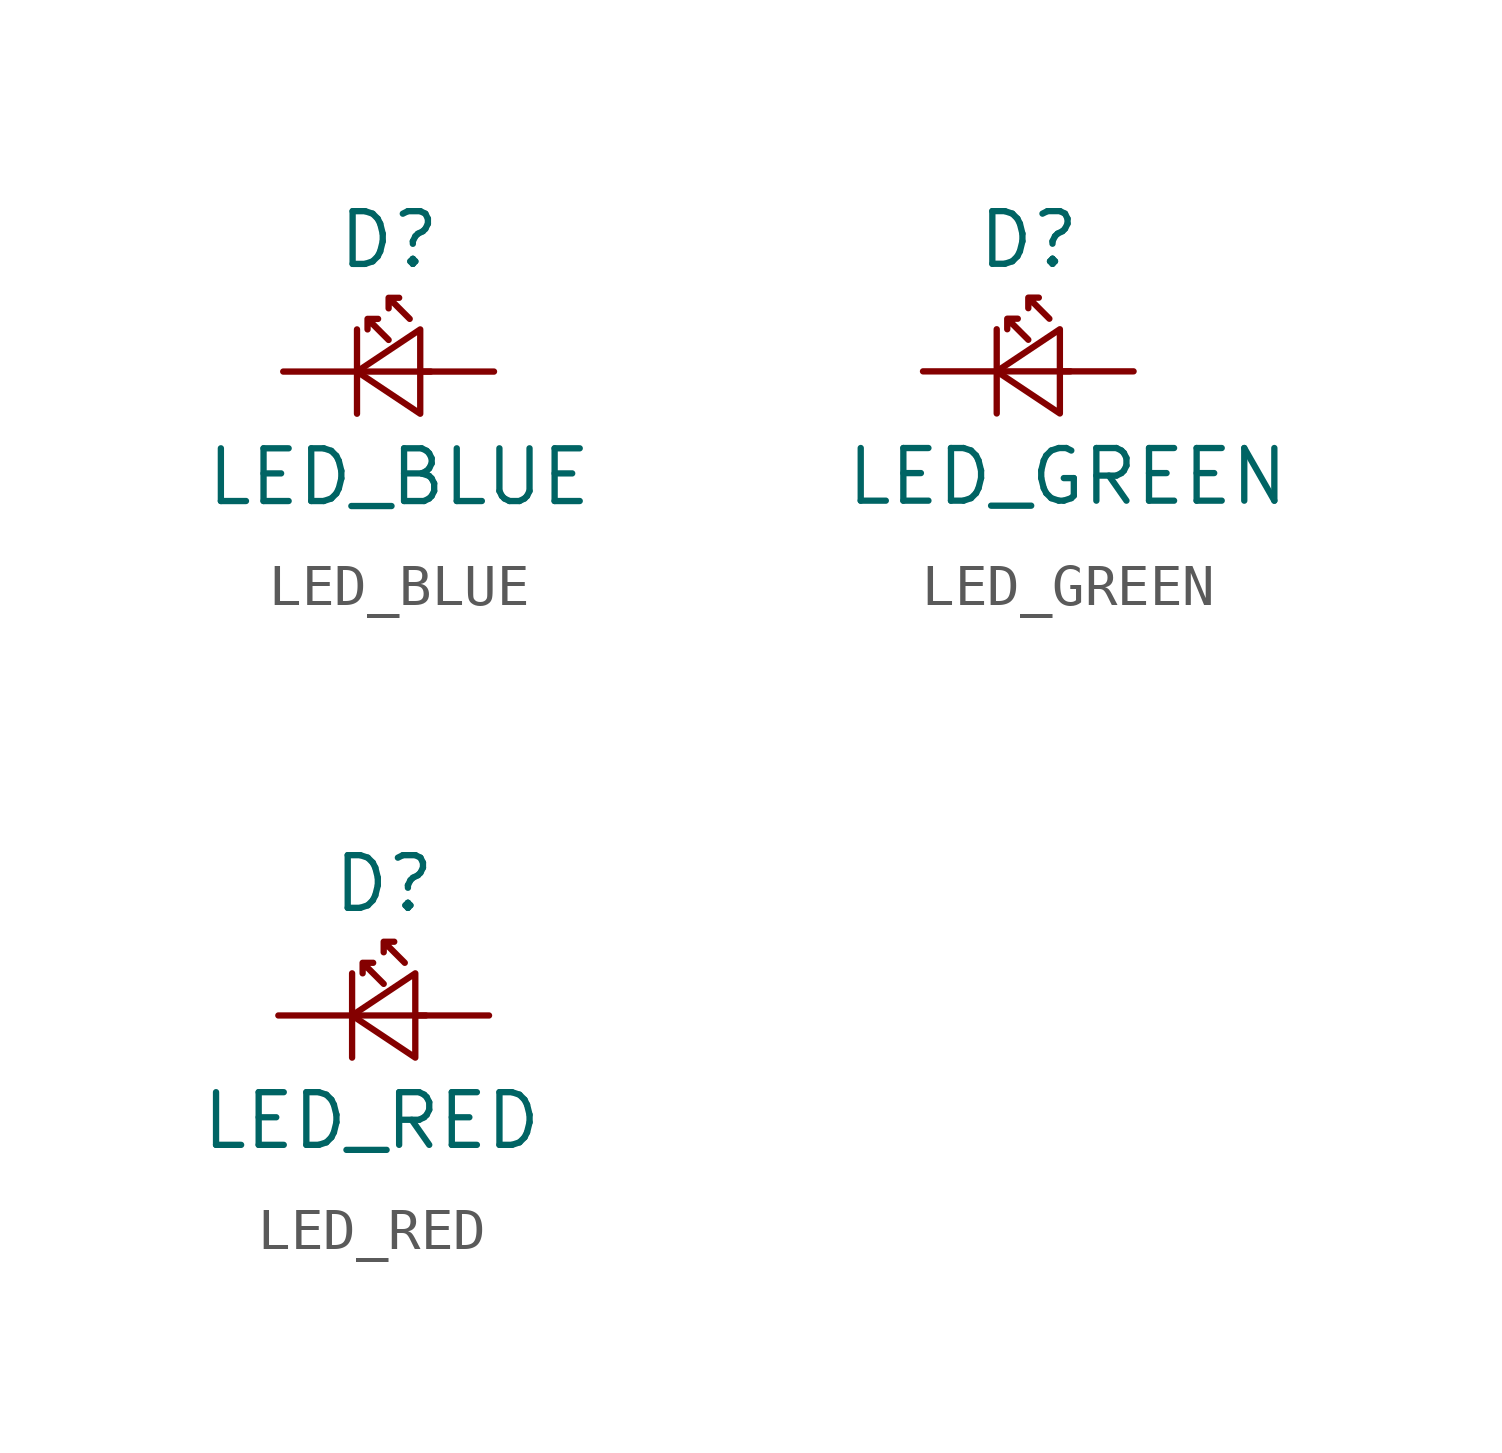
<source format=kicad_sym>
(kicad_symbol_lib
  (version 20211014)
  (generator kicad_symbol_editor)
  (symbol "LED_BLUE"
    (pin_numbers hide)
    (pin_names
      (offset 0.254) hide)
    (property "Reference" "D"
      (at -1.27 3.175 0)
      (effects (font (size 1.27 1.27)) (justify left)))
    (property "Value" "LED_BLUE"
      (at -4.445 -2.54 0)
      (effects (font (size 1.27 1.27)) (justify left)))
    (symbol "LED_BLUE_0_1"
      (polyline (pts (xy -0.762 -1.016) (xy -0.762 1.016)) (stroke (width 0) (type default) (color 0 0 0 0)) (fill (type none)))
      (polyline (pts (xy 1.016 0) (xy -0.762 0)) (stroke (width 0) (type default) (color 0 0 0 0)) (fill (type none)))
      (polyline (pts (xy 0.762 -1.016) (xy -0.762 0) (xy 0.762 1.016) (xy 0.762 -1.016)) (stroke (width 0) (type default) (color 0 0 0 0)) (fill (type none)))
      (polyline (pts (xy 0 0.762) (xy -0.508 1.27) (xy -0.254 1.27) (xy -0.508 1.27) (xy -0.508 1.016)) (stroke (width 0) (type default) (color 0 0 0 0)) (fill (type none)))
      (polyline (pts (xy 0.508 1.27) (xy 0 1.778) (xy 0.254 1.778) (xy 0 1.778) (xy 0 1.524)) (stroke (width 0) (type default) (color 0 0 0 0)) (fill (type none))))
    (symbol "LED_BLUE_1_1"
      (pin passive line (at -2.54 0 0) (length 1.778) (name "K" (effects (font (size 1.27 1.27)))) (number "1" (effects (font (size 1.27 1.27)))))
      (pin passive line (at 2.54 0 180) (length 1.778) (name "A" (effects (font (size 1.27 1.27)))) (number "2" (effects (font (size 1.27 1.27)))))))
  (symbol "LED_GREEN"
    (pin_numbers hide)
    (pin_names
      (offset 0.254) hide)
    (property "Reference" "D"
      (at -1.27 3.175 0)
      (effects (font (size 1.27 1.27)) (justify left)))
    (property "Value" "LED_GREEN"
      (at -4.445 -2.54 0)
      (effects (font (size 1.27 1.27)) (justify left)))
    (symbol "LED_GREEN_0_1"
      (polyline (pts (xy -0.762 -1.016) (xy -0.762 1.016)) (stroke (width 0) (type default) (color 0 0 0 0)) (fill (type none)))
      (polyline (pts (xy 1.016 0) (xy -0.762 0)) (stroke (width 0) (type default) (color 0 0 0 0)) (fill (type none)))
      (polyline (pts (xy 0.762 -1.016) (xy -0.762 0) (xy 0.762 1.016) (xy 0.762 -1.016)) (stroke (width 0) (type default) (color 0 0 0 0)) (fill (type none)))
      (polyline (pts (xy 0 0.762) (xy -0.508 1.27) (xy -0.254 1.27) (xy -0.508 1.27) (xy -0.508 1.016)) (stroke (width 0) (type default) (color 0 0 0 0)) (fill (type none)))
      (polyline (pts (xy 0.508 1.27) (xy 0 1.778) (xy 0.254 1.778) (xy 0 1.778) (xy 0 1.524)) (stroke (width 0) (type default) (color 0 0 0 0)) (fill (type none))))
    (symbol "LED_GREEN_1_1"
      (pin passive line (at -2.54 0 0) (length 1.778) (name "K" (effects (font (size 1.27 1.27)))) (number "1" (effects (font (size 1.27 1.27)))))
      (pin passive line (at 2.54 0 180) (length 1.778) (name "A" (effects (font (size 1.27 1.27)))) (number "2" (effects (font (size 1.27 1.27)))))))
  (symbol "LED_RED"
    (pin_numbers hide)
    (pin_names
      (offset 0.254) hide)
    (property "Reference" "D"
      (at -1.27 3.175 0)
      (effects (font (size 1.27 1.27)) (justify left)))
    (property "Value" "LED_RED"
      (at -4.445 -2.54 0)
      (effects (font (size 1.27 1.27)) (justify left)))
    (symbol "LED_RED_0_1"
      (polyline (pts (xy -0.762 -1.016) (xy -0.762 1.016)) (stroke (width 0) (type default) (color 0 0 0 0)) (fill (type none)))
      (polyline (pts (xy 1.016 0) (xy -0.762 0)) (stroke (width 0) (type default) (color 0 0 0 0)) (fill (type none)))
      (polyline (pts (xy 0.762 -1.016) (xy -0.762 0) (xy 0.762 1.016) (xy 0.762 -1.016)) (stroke (width 0) (type default) (color 0 0 0 0)) (fill (type none)))
      (polyline (pts (xy 0 0.762) (xy -0.508 1.27) (xy -0.254 1.27) (xy -0.508 1.27) (xy -0.508 1.016)) (stroke (width 0) (type default) (color 0 0 0 0)) (fill (type none)))
      (polyline (pts (xy 0.508 1.27) (xy 0 1.778) (xy 0.254 1.778) (xy 0 1.778) (xy 0 1.524)) (stroke (width 0) (type default) (color 0 0 0 0)) (fill (type none))))
    (symbol "LED_RED_1_1"
      (pin passive line (at -2.54 0 0) (length 1.778) (name "K" (effects (font (size 1.27 1.27)))) (number "1" (effects (font (size 1.27 1.27)))))
      (pin passive line (at 2.54 0 180) (length 1.778) (name "A" (effects (font (size 1.27 1.27)))) (number "2" (effects (font (size 1.27 1.27))))))))
</source>
